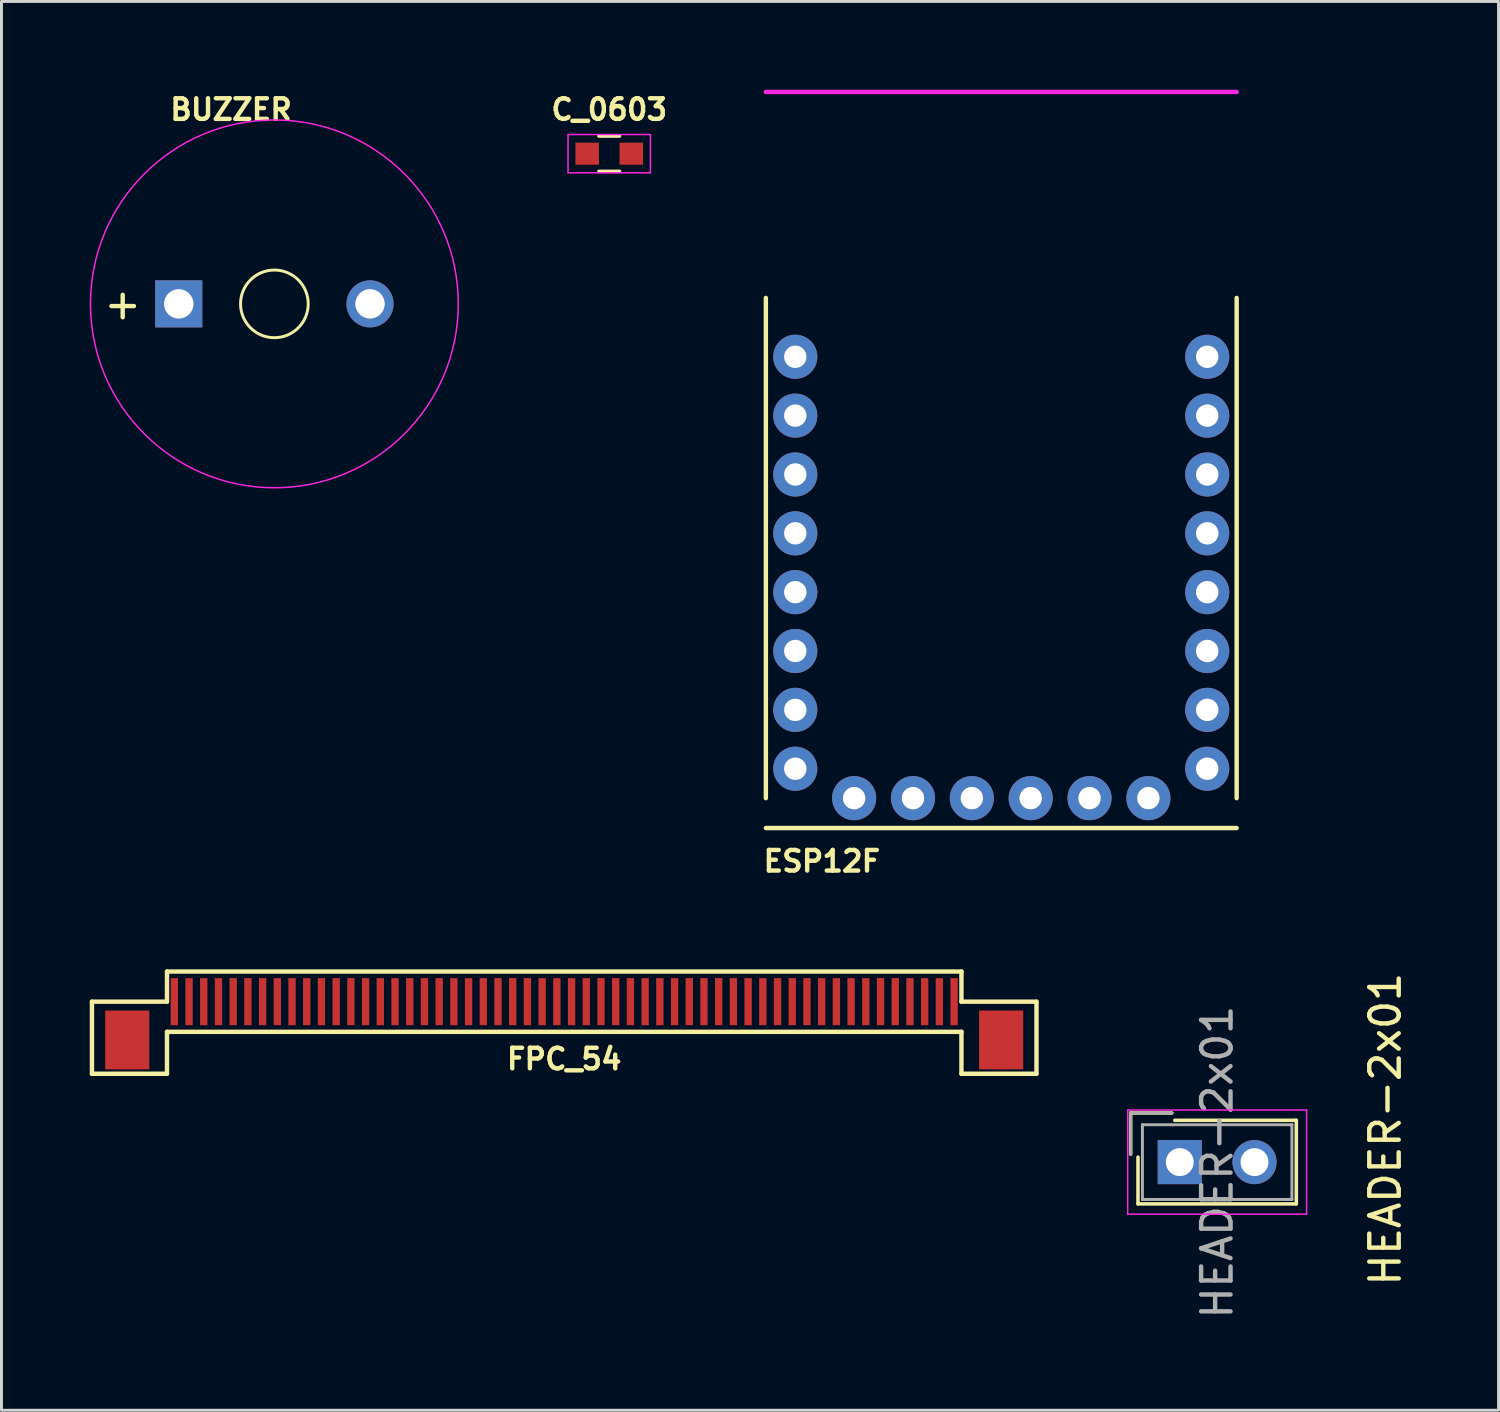
<source format=kicad_pcb>
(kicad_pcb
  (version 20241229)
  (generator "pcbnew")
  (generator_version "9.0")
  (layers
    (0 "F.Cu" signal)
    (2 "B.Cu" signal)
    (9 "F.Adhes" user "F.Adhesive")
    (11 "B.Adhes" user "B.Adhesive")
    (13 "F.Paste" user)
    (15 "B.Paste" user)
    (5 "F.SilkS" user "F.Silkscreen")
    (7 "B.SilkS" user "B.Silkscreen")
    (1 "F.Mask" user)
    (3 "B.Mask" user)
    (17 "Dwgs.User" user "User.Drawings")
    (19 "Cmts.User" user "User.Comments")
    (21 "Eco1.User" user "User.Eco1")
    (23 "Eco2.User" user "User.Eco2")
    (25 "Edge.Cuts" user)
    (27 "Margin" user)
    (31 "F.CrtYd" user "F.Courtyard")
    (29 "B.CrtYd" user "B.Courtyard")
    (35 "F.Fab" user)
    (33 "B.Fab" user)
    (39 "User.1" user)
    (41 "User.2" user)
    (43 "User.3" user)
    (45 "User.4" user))
  (footprint "HEADER-2x01"
    (layer "F.Cu")
    (at 37.045 36.444)
    (property "Reference" "HEADER-2x01" (at 6.985 -1.118 90) (layer "F.SilkS") (effects (font (size 1 1) (thickness 0.15))))
    (attr through_hole)
    (fp_line (start -1.67 -1.67) (end -1.67 -0.27) (stroke (width 0.12) (type solid)) (layer "F.SilkS"))
    (fp_line (start -1.42 1.42) (end -1.42 -0.17) (stroke (width 0.12) (type solid)) (layer "F.SilkS"))
    (fp_line (start -0.27 -1.67) (end -1.67 -1.67) (stroke (width 0.12) (type solid)) (layer "F.SilkS"))
    (fp_line (start -0.17 -1.42) (end 3.96 -1.42) (stroke (width 0.12) (type solid)) (layer "F.SilkS"))
    (fp_line (start 3.96 -1.42) (end 3.96 1.42) (stroke (width 0.12) (type solid)) (layer "F.SilkS"))
    (fp_line (start 3.96 1.42) (end -1.42 1.42) (stroke (width 0.12) (type solid)) (layer "F.SilkS"))
    (fp_line (start -1.77 -1.77) (end -1.77 1.77) (stroke (width 0.05) (type solid)) (layer "F.CrtYd"))
    (fp_line (start -1.77 1.77) (end 4.31 1.77) (stroke (width 0.05) (type solid)) (layer "F.CrtYd"))
    (fp_line (start 4.31 -1.77) (end -1.77 -1.77) (stroke (width 0.05) (type solid)) (layer "F.CrtYd"))
    (fp_line (start 4.31 1.77) (end 4.31 -1.77) (stroke (width 0.05) (type solid)) (layer "F.CrtYd"))
    (fp_line (start -1.67 -1.67) (end -1.67 -0.27) (stroke (width 0.1) (type solid)) (layer "F.Fab"))
    (fp_line (start -1.27 -1.27) (end -1.27 1.27) (stroke (width 0.1) (type solid)) (layer "F.Fab"))
    (fp_line (start -1.27 1.27) (end -1.07 1.27) (stroke (width 0.1) (type solid)) (layer "F.Fab"))
    (fp_line (start -1.27 1.27) (end 3.81 1.27) (stroke (width 0.1) (type solid)) (layer "F.Fab"))
    (fp_line (start -0.27 -1.67) (end -1.67 -1.67) (stroke (width 0.1) (type solid)) (layer "F.Fab"))
    (fp_line (start 3.81 -1.27) (end -1.27 -1.27) (stroke (width 0.1) (type solid)) (layer "F.Fab"))
    (fp_line (start 3.81 1.27) (end 3.61 1.27) (stroke (width 0.1) (type solid)) (layer "F.Fab"))
    (fp_line (start 3.81 1.27) (end 3.81 -1.27) (stroke (width 0.1) (type solid)) (layer "F.Fab"))
    (fp_text user "${REFERENCE}" (at 1.27 0 90) (layer "F.Fab") (effects (font (size 1 1) (thickness 0.15))))
    (pad "1" thru_hole rect (at 0 0) (size 1.5 1.5) (drill 0.95) (layers "*.Cu" "*.Mask"))
    (pad "2" thru_hole circle (at 2.54 0) (size 1.5 1.5) (drill 0.95) (layers "*.Cu" "*.Mask")))
  (footprint "BUZZER"
    (layer "F.Cu")
    (at 3.025 7.277)
    (property "Reference" "BUZZER" (at 1.778 -6.604 0) (layer "F.SilkS") (effects (font (size 0.7 0.7) (thickness 0.15))))
    (attr through_hole)
    (fp_circle (center 3.25 0) (end 4.4 0) (stroke (width 0.1) (type solid)) (fill no) (layer "F.SilkS"))
    (fp_circle (center 3.25 0) (end 9.5 0) (stroke (width 0.05) (type solid)) (fill no) (layer "F.CrtYd"))
    (fp_text user "+" (at -1.905 0 0) (layer "F.SilkS") (effects (font (size 1 1) (thickness 0.15))))
    (pad "1" thru_hole rect (at 0 0) (size 1.6 1.6) (drill 1) (layers "*.Cu" "*.Mask"))
    (pad "2" thru_hole circle (at 6.5 0) (size 1.6 1.6) (drill 1) (layers "*.Cu" "*.Mask")))
  (footprint "FPC_54"
    (layer "F.Cu")
    (at 16.125 30.992)
    (property "Reference" "FPC_54" (at 0 1.95 0) (layer "F.SilkS") (effects (font (size 0.7 0.7) (thickness 0.15))))
    (attr through_hole)
    (fp_line (start -16.05 0) (end -13.5 0) (stroke (width 0.15) (type solid)) (layer "F.SilkS"))
    (fp_line (start -16.05 2.45) (end -16.05 0) (stroke (width 0.15) (type solid)) (layer "F.SilkS"))
    (fp_line (start -13.5 -1.025) (end 13.5 -1.025) (stroke (width 0.15) (type solid)) (layer "F.SilkS"))
    (fp_line (start -13.5 0) (end -13.5 -1.025) (stroke (width 0.15) (type solid)) (layer "F.SilkS"))
    (fp_line (start -13.5 1.025) (end -13.5 2.45) (stroke (width 0.15) (type solid)) (layer "F.SilkS"))
    (fp_line (start -13.5 1.025) (end 13.5 1.025) (stroke (width 0.15) (type solid)) (layer "F.SilkS"))
    (fp_line (start -13.5 2.45) (end -16.05 2.45) (stroke (width 0.15) (type solid)) (layer "F.SilkS"))
    (fp_line (start 13.5 0) (end 13.5 -1.025) (stroke (width 0.15) (type solid)) (layer "F.SilkS"))
    (fp_line (start 13.5 1.025) (end 13.5 2.45) (stroke (width 0.15) (type solid)) (layer "F.SilkS"))
    (fp_line (start 13.5 2.45) (end 16.05 2.45) (stroke (width 0.15) (type solid)) (layer "F.SilkS"))
    (fp_line (start 16.05 0) (end 13.5 0) (stroke (width 0.15) (type solid)) (layer "F.SilkS"))
    (fp_line (start 16.05 2.45) (end 16.05 0) (stroke (width 0.15) (type solid)) (layer "F.SilkS"))
    (pad "0" smd rect (at -14.85 1.3) (size 1.5 2) (layers "F.Cu" "F.Mask" "F.Paste"))
    (pad "0" smd rect (at 14.85 1.3) (size 1.5 2) (layers "F.Cu" "F.Mask" "F.Paste"))
    (pad "1" smd rect (at -13.25 0) (size 0.25 1.6) (layers "F.Cu" "F.Mask" "F.Paste"))
    (pad "2" smd rect (at -12.75 0) (size 0.25 1.6) (layers "F.Cu" "F.Mask" "F.Paste"))
    (pad "3" smd rect (at -12.25 0) (size 0.25 1.6) (layers "F.Cu" "F.Mask" "F.Paste"))
    (pad "4" smd rect (at -11.75 0) (size 0.25 1.6) (layers "F.Cu" "F.Mask" "F.Paste"))
    (pad "5" smd rect (at -11.25 0) (size 0.25 1.6) (layers "F.Cu" "F.Mask" "F.Paste"))
    (pad "6" smd rect (at -10.75 0) (size 0.25 1.6) (layers "F.Cu" "F.Mask" "F.Paste"))
    (pad "7" smd rect (at -10.25 0) (size 0.25 1.6) (layers "F.Cu" "F.Mask" "F.Paste"))
    (pad "8" smd rect (at -9.75 0) (size 0.25 1.6) (layers "F.Cu" "F.Mask" "F.Paste"))
    (pad "9" smd rect (at -9.25 0) (size 0.25 1.6) (layers "F.Cu" "F.Mask" "F.Paste"))
    (pad "10" smd rect (at -8.75 0) (size 0.25 1.6) (layers "F.Cu" "F.Mask" "F.Paste"))
    (pad "11" smd rect (at -8.25 0) (size 0.25 1.6) (layers "F.Cu" "F.Mask" "F.Paste"))
    (pad "12" smd rect (at -7.75 0) (size 0.25 1.6) (layers "F.Cu" "F.Mask" "F.Paste"))
    (pad "13" smd rect (at -7.25 0) (size 0.25 1.6) (layers "F.Cu" "F.Mask" "F.Paste"))
    (pad "14" smd rect (at -6.75 0) (size 0.25 1.6) (layers "F.Cu" "F.Mask" "F.Paste"))
    (pad "15" smd rect (at -6.25 0) (size 0.25 1.6) (layers "F.Cu" "F.Mask" "F.Paste"))
    (pad "16" smd rect (at -5.75 0) (size 0.25 1.6) (layers "F.Cu" "F.Mask" "F.Paste"))
    (pad "17" smd rect (at -5.25 0) (size 0.25 1.6) (layers "F.Cu" "F.Mask" "F.Paste"))
    (pad "18" smd rect (at -4.75 0) (size 0.25 1.6) (layers "F.Cu" "F.Mask" "F.Paste"))
    (pad "19" smd rect (at -4.25 0) (size 0.25 1.6) (layers "F.Cu" "F.Mask" "F.Paste"))
    (pad "20" smd rect (at -3.75 0) (size 0.25 1.6) (layers "F.Cu" "F.Mask" "F.Paste"))
    (pad "21" smd rect (at -3.25 0) (size 0.25 1.6) (layers "F.Cu" "F.Mask" "F.Paste"))
    (pad "22" smd rect (at -2.75 0) (size 0.25 1.6) (layers "F.Cu" "F.Mask" "F.Paste"))
    (pad "23" smd rect (at -2.25 0) (size 0.25 1.6) (layers "F.Cu" "F.Mask" "F.Paste"))
    (pad "24" smd rect (at -1.75 0) (size 0.25 1.6) (layers "F.Cu" "F.Mask" "F.Paste"))
    (pad "25" smd rect (at -1.25 0) (size 0.25 1.6) (layers "F.Cu" "F.Mask" "F.Paste"))
    (pad "26" smd rect (at -0.75 0) (size 0.25 1.6) (layers "F.Cu" "F.Mask" "F.Paste"))
    (pad "27" smd rect (at -0.25 0) (size 0.25 1.6) (layers "F.Cu" "F.Mask" "F.Paste"))
    (pad "28" smd rect (at 0.25 0) (size 0.25 1.6) (layers "F.Cu" "F.Mask" "F.Paste"))
    (pad "29" smd rect (at 0.75 0) (size 0.25 1.6) (layers "F.Cu" "F.Mask" "F.Paste"))
    (pad "30" smd rect (at 1.25 0) (size 0.25 1.6) (layers "F.Cu" "F.Mask" "F.Paste"))
    (pad "31" smd rect (at 1.75 0) (size 0.25 1.6) (layers "F.Cu" "F.Mask" "F.Paste"))
    (pad "32" smd rect (at 2.25 0) (size 0.25 1.6) (layers "F.Cu" "F.Mask" "F.Paste"))
    (pad "33" smd rect (at 2.75 0) (size 0.25 1.6) (layers "F.Cu" "F.Mask" "F.Paste"))
    (pad "34" smd rect (at 3.25 0) (size 0.25 1.6) (layers "F.Cu" "F.Mask" "F.Paste"))
    (pad "35" smd rect (at 3.75 0) (size 0.25 1.6) (layers "F.Cu" "F.Mask" "F.Paste"))
    (pad "36" smd rect (at 4.25 0) (size 0.25 1.6) (layers "F.Cu" "F.Mask" "F.Paste"))
    (pad "37" smd rect (at 4.75 0) (size 0.25 1.6) (layers "F.Cu" "F.Mask" "F.Paste"))
    (pad "38" smd rect (at 5.25 0) (size 0.25 1.6) (layers "F.Cu" "F.Mask" "F.Paste"))
    (pad "39" smd rect (at 5.75 0) (size 0.25 1.6) (layers "F.Cu" "F.Mask" "F.Paste"))
    (pad "40" smd rect (at 6.25 0) (size 0.25 1.6) (layers "F.Cu" "F.Mask" "F.Paste"))
    (pad "41" smd rect (at 6.75 0) (size 0.25 1.6) (layers "F.Cu" "F.Mask" "F.Paste"))
    (pad "42" smd rect (at 7.25 0) (size 0.25 1.6) (layers "F.Cu" "F.Mask" "F.Paste"))
    (pad "43" smd rect (at 7.75 0) (size 0.25 1.6) (layers "F.Cu" "F.Mask" "F.Paste"))
    (pad "44" smd rect (at 8.25 0) (size 0.25 1.6) (layers "F.Cu" "F.Mask" "F.Paste"))
    (pad "45" smd rect (at 8.75 0) (size 0.25 1.6) (layers "F.Cu" "F.Mask" "F.Paste"))
    (pad "46" smd rect (at 9.25 0) (size 0.25 1.6) (layers "F.Cu" "F.Mask" "F.Paste"))
    (pad "47" smd rect (at 9.75 0) (size 0.25 1.6) (layers "F.Cu" "F.Mask" "F.Paste"))
    (pad "48" smd rect (at 10.25 0) (size 0.25 1.6) (layers "F.Cu" "F.Mask" "F.Paste"))
    (pad "49" smd rect (at 10.75 0) (size 0.25 1.6) (layers "F.Cu" "F.Mask" "F.Paste"))
    (pad "50" smd rect (at 11.25 0) (size 0.25 1.6) (layers "F.Cu" "F.Mask" "F.Paste"))
    (pad "51" smd rect (at 11.75 0) (size 0.25 1.6) (layers "F.Cu" "F.Mask" "F.Paste"))
    (pad "52" smd rect (at 12.25 0) (size 0.25 1.6) (layers "F.Cu" "F.Mask" "F.Paste"))
    (pad "53" smd rect (at 12.75 0) (size 0.25 1.6) (layers "F.Cu" "F.Mask" "F.Paste"))
    (pad "54" smd rect (at 13.25 0) (size 0.25 1.6) (layers "F.Cu" "F.Mask" "F.Paste")))
  (footprint "ESP12F"
    (layer "F.Cu")
    (at 30.978 17.075)
    (property "Reference" "ESP12F" (at -6.096 9.144 0) (layer "F.SilkS") (effects (font (size 0.7 0.7) (thickness 0.15))))
    (attr through_hole)
    (fp_line (start -8 7) (end -8 -10) (stroke (width 0.15) (type solid)) (layer "F.SilkS"))
    (fp_line (start 8 -10) (end 8 7) (stroke (width 0.15) (type solid)) (layer "F.SilkS"))
    (fp_line (start 8 8.016) (end -8 8.016) (stroke (width 0.15) (type solid)) (layer "F.SilkS"))
    (fp_line (start -8 -17) (end 8 -17) (stroke (width 0.15) (type solid)) (layer "F.CrtYd"))
    (pad "1" thru_hole circle (at -7 -8) (size 1.5 1.5) (drill 0.762) (layers "*.Cu" "*.Mask"))
    (pad "2" thru_hole circle (at -7 -6) (size 1.5 1.5) (drill 0.762) (layers "*.Cu" "*.Mask"))
    (pad "3" thru_hole circle (at -7 -4) (size 1.5 1.5) (drill 0.762) (layers "*.Cu" "*.Mask"))
    (pad "4" thru_hole circle (at -7 -2) (size 1.5 1.5) (drill 0.762) (layers "*.Cu" "*.Mask"))
    (pad "5" thru_hole circle (at -7 0) (size 1.5 1.5) (drill 0.762) (layers "*.Cu" "*.Mask"))
    (pad "6" thru_hole circle (at -7 2) (size 1.5 1.5) (drill 0.762) (layers "*.Cu" "*.Mask"))
    (pad "7" thru_hole circle (at -7 4) (size 1.5 1.5) (drill 0.762) (layers "*.Cu" "*.Mask"))
    (pad "8" thru_hole circle (at -7 6) (size 1.5 1.5) (drill 0.762) (layers "*.Cu" "*.Mask"))
    (pad "9" thru_hole circle (at -5 7) (size 1.5 1.5) (drill 0.762) (layers "*.Cu" "*.Mask"))
    (pad "10" thru_hole circle (at -3 7) (size 1.5 1.5) (drill 0.762) (layers "*.Cu" "*.Mask"))
    (pad "11" thru_hole circle (at -1 7) (size 1.5 1.5) (drill 0.762) (layers "*.Cu" "*.Mask"))
    (pad "12" thru_hole circle (at 1 7) (size 1.5 1.5) (drill 0.762) (layers "*.Cu" "*.Mask"))
    (pad "13" thru_hole circle (at 3 7) (size 1.5 1.5) (drill 0.762) (layers "*.Cu" "*.Mask"))
    (pad "14" thru_hole circle (at 5 7) (size 1.5 1.5) (drill 0.762) (layers "*.Cu" "*.Mask"))
    (pad "15" thru_hole circle (at 7 6) (size 1.5 1.5) (drill 0.762) (layers "*.Cu" "*.Mask"))
    (pad "16" thru_hole circle (at 7 4) (size 1.5 1.5) (drill 0.762) (layers "*.Cu" "*.Mask"))
    (pad "17" thru_hole circle (at 7 2) (size 1.5 1.5) (drill 0.762) (layers "*.Cu" "*.Mask"))
    (pad "18" thru_hole circle (at 7 0) (size 1.5 1.5) (drill 0.762) (layers "*.Cu" "*.Mask"))
    (pad "19" thru_hole circle (at 7 -2) (size 1.5 1.5) (drill 0.762) (layers "*.Cu" "*.Mask"))
    (pad "20" thru_hole circle (at 7 -4) (size 1.5 1.5) (drill 0.762) (layers "*.Cu" "*.Mask"))
    (pad "21" thru_hole circle (at 7 -6) (size 1.5 1.5) (drill 0.762) (layers "*.Cu" "*.Mask"))
    (pad "22" thru_hole circle (at 7 -8) (size 1.5 1.5) (drill 0.762) (layers "*.Cu" "*.Mask")))
  (footprint "C_0603"
    (layer "F.Cu")
    (at 17.655 2.173)
    (property "Reference" "C_0603" (at 0 -1.5 0) (layer "F.SilkS") (effects (font (size 0.7 0.7) (thickness 0.15))))
    (attr smd)
    (fp_line (start -0.35 -0.6) (end 0.35 -0.6) (stroke (width 0.12) (type solid)) (layer "F.SilkS"))
    (fp_line (start 0.35 0.6) (end -0.35 0.6) (stroke (width 0.12) (type solid)) (layer "F.SilkS"))
    (fp_line (start -1.4 -0.65) (end -1.4 0.65) (stroke (width 0.05) (type solid)) (layer "F.CrtYd"))
    (fp_line (start -1.4 -0.65) (end 1.4 -0.65) (stroke (width 0.05) (type solid)) (layer "F.CrtYd"))
    (fp_line (start 1.4 0.65) (end -1.4 0.65) (stroke (width 0.05) (type solid)) (layer "F.CrtYd"))
    (fp_line (start 1.4 0.65) (end 1.4 -0.65) (stroke (width 0.05) (type solid)) (layer "F.CrtYd"))
    (pad "1" smd rect (at -0.75 0) (size 0.8 0.75) (layers "F.Cu" "F.Mask" "F.Paste"))
    (pad "2" smd rect (at 0.75 0) (size 0.8 0.75) (layers "F.Cu" "F.Mask" "F.Paste")))
  (gr_rect
    (start -3 -3)
    (end 47.878 44.878)
    (stroke (width 0.1) (type default))
    (fill no)
    (layer "Edge.Cuts")))
</source>
